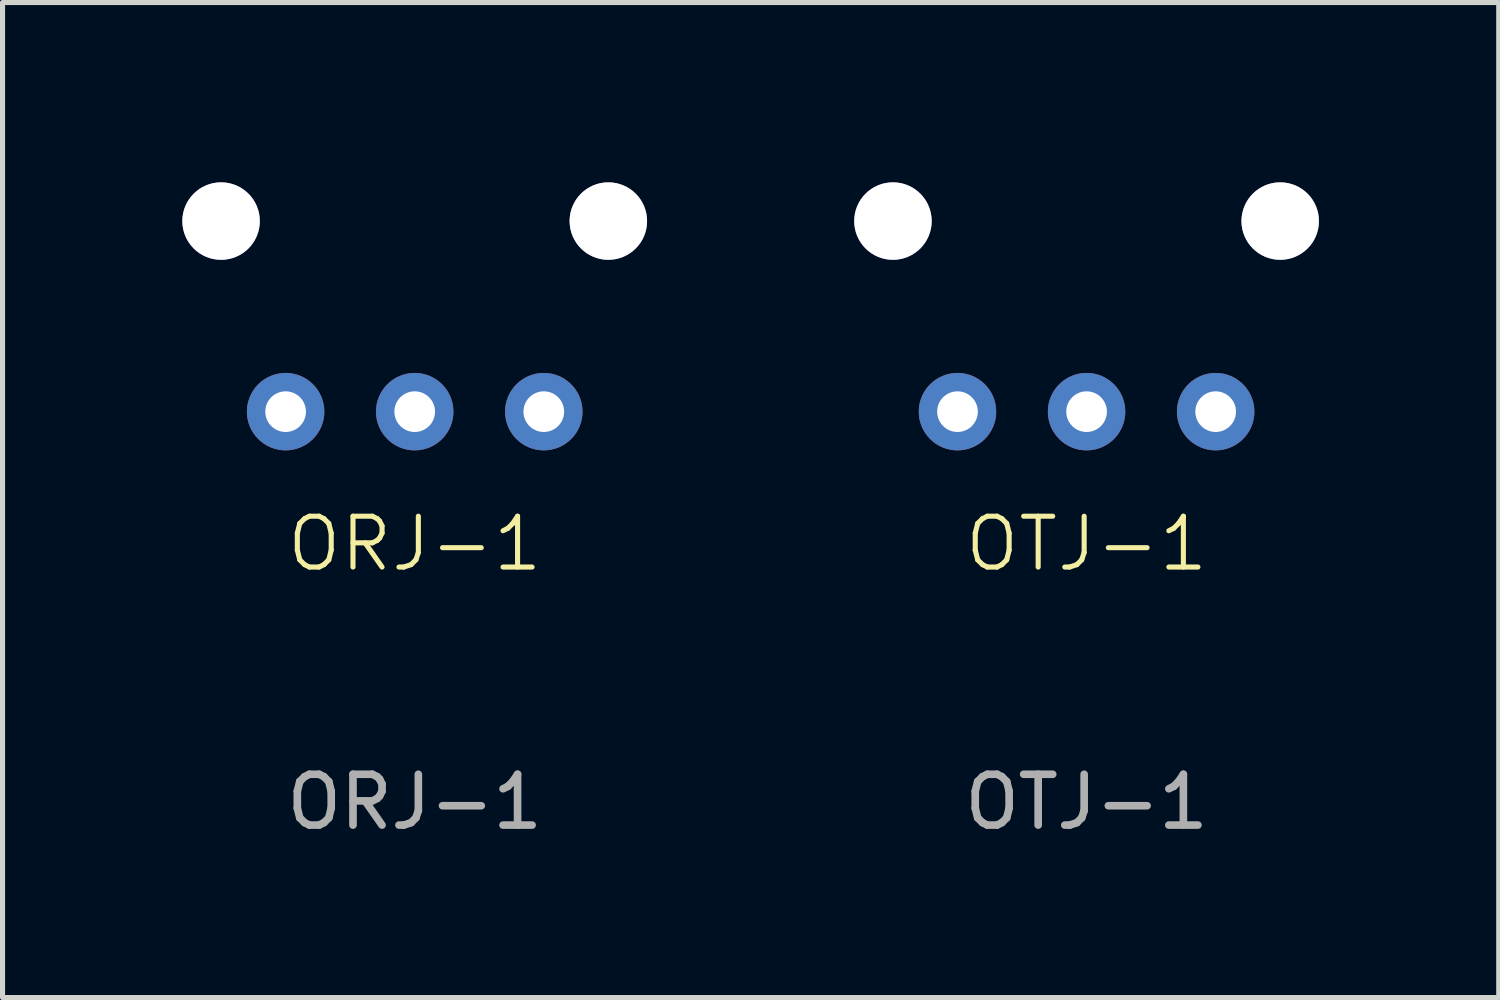
<source format=kicad_pcb>
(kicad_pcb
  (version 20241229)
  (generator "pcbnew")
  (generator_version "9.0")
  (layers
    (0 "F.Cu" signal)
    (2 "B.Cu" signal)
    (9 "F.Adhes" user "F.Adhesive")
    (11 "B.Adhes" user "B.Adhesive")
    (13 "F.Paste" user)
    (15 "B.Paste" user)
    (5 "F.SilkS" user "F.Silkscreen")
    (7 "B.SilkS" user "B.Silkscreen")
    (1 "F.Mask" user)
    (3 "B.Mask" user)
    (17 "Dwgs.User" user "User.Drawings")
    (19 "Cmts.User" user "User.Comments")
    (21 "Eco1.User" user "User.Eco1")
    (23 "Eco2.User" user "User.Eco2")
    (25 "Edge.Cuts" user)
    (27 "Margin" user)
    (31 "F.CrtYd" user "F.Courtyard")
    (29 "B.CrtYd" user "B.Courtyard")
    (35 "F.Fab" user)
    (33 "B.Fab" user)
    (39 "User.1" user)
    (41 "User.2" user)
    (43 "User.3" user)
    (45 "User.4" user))
  (footprint "ORJ-1"
    (layer "F.Cu")
    (at 5.11 1.3)
    (property "Reference" "ORJ-1" (at 0 6.35 0) (unlocked yes) (layer "F.SilkS") (effects (font (size 1 1) (thickness 0.1))))
    (attr through_hole)
    (fp_text user "${REFERENCE}" (at 0 11.43 0) (unlocked yes) (layer "F.Fab") (effects (font (size 1 1) (thickness 0.15))))
    (pad "1" thru_hole circle (at -2.54 3.75) (size 1.524 1.524) (drill 0.8) (layers "*.Cu" "*.Mask"))
    (pad "2" thru_hole circle (at 0 3.75) (size 1.524 1.524) (drill 0.8) (layers "*.Cu" "*.Mask"))
    (pad "3" thru_hole circle (at 2.54 3.75) (size 1.524 1.524) (drill 0.8) (layers "*.Cu" "*.Mask"))
    (pad "4" thru_hole circle (at -3.81 0) (size 1.524 1.524) (drill 2.6) (layers "*.Cu" "*.Mask"))
    (pad "5" thru_hole circle (at 3.81 0) (size 1.524 1.524) (drill 2.6) (layers "*.Cu" "*.Mask")))
  (footprint "OTJ-1"
    (layer "F.Cu")
    (at 18.33 1.3)
    (property "Reference" "OTJ-1" (at 0 6.35 0) (unlocked yes) (layer "F.SilkS") (effects (font (size 1 1) (thickness 0.1))))
    (attr through_hole)
    (fp_text user "${REFERENCE}" (at 0 11.43 0) (unlocked yes) (layer "F.Fab") (effects (font (size 1 1) (thickness 0.15))))
    (pad "1" thru_hole circle (at -2.54 3.75) (size 1.524 1.524) (drill 0.8) (layers "*.Cu" "*.Mask"))
    (pad "2" thru_hole circle (at 0 3.75) (size 1.524 1.524) (drill 0.8) (layers "*.Cu" "*.Mask"))
    (pad "3" thru_hole circle (at 2.54 3.75) (size 1.524 1.524) (drill 0.8) (layers "*.Cu" "*.Mask"))
    (pad "4" thru_hole circle (at -3.81 0) (size 1.524 1.524) (drill 2.6) (layers "*.Cu" "*.Mask"))
    (pad "5" thru_hole circle (at 3.81 0) (size 1.524 1.524) (drill 2.6) (layers "*.Cu" "*.Mask")))
  (gr_rect
    (start -3 -3)
    (end 26.44 16.578)
    (stroke (width 0.1) (type default))
    (fill no)
    (layer "Edge.Cuts")))
</source>
